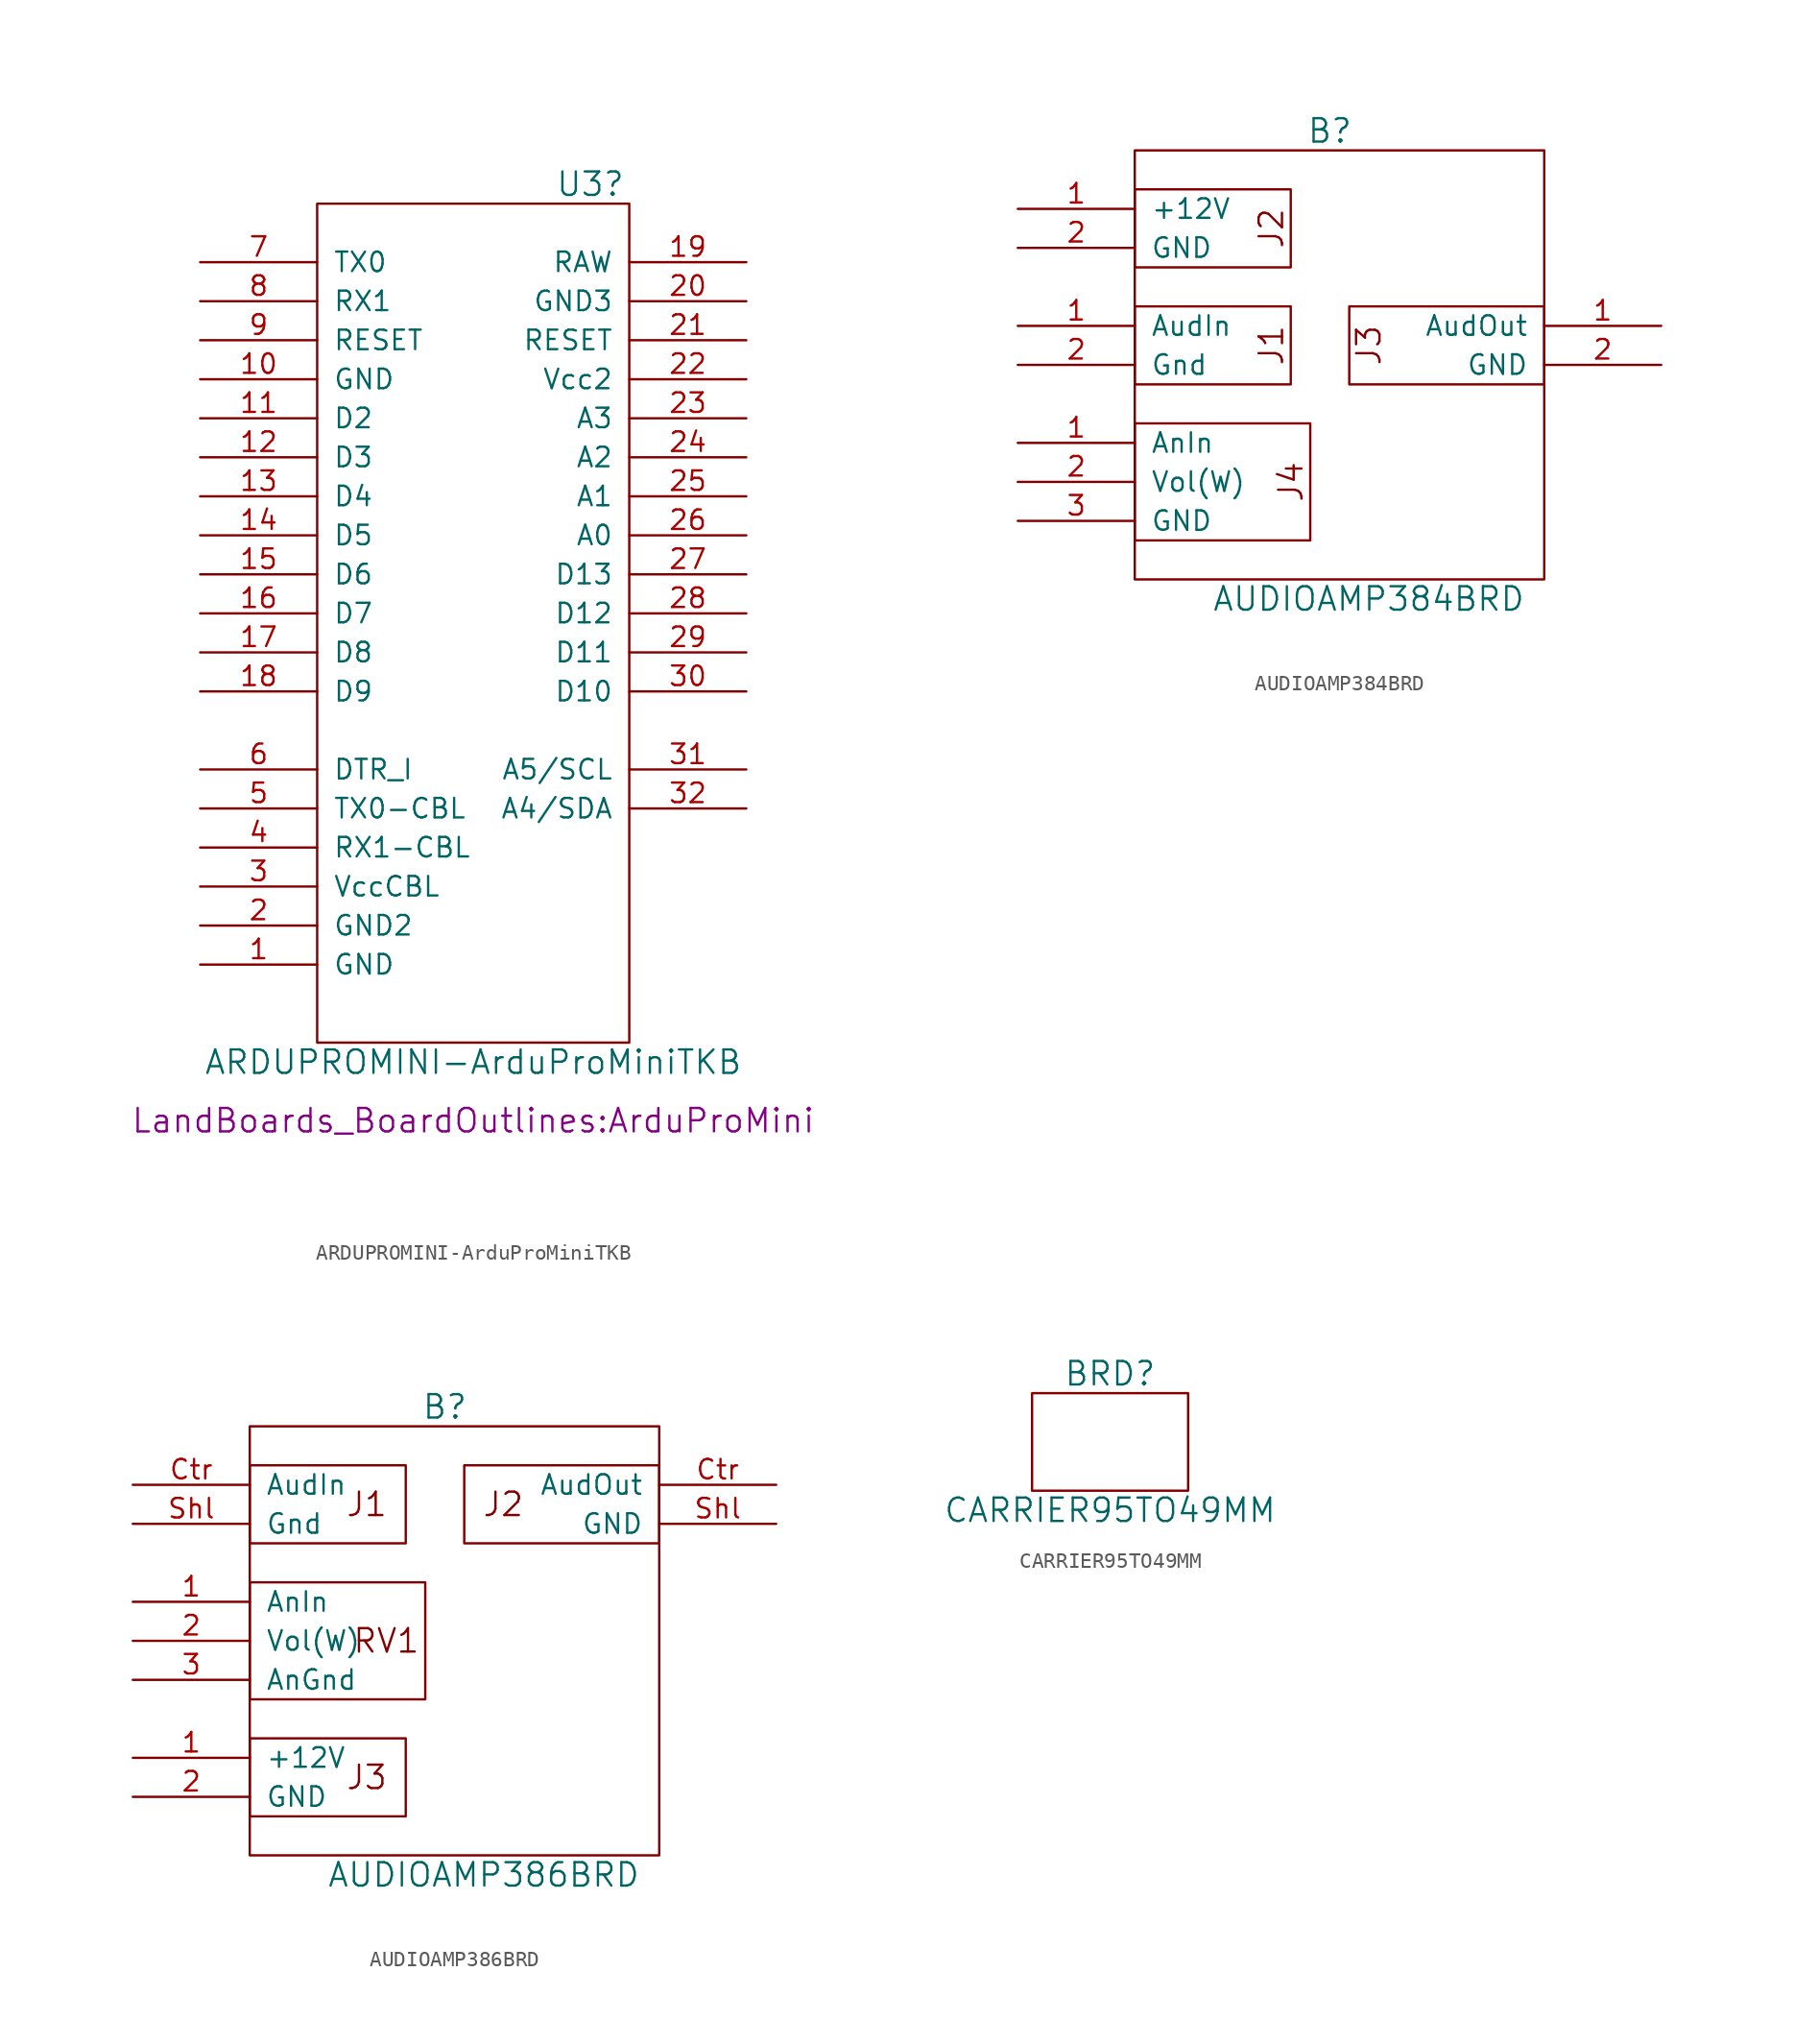
<source format=kicad_sym>
(kicad_symbol_lib
  (version 20220914)
  (generator kicad_symbol_editor)
  (symbol "ARDUPROMINI-ArduProMiniTKB"
    (pin_names
      (offset 1.016))
    (property "Reference" "U3"
      (at 7.62 20.32 0)
      (effects (font (size 1.524 1.524))))
    (property "Value" "ARDUPROMINI-ArduProMiniTKB"
      (at 0 -36.83 0)
      (effects (font (size 1.524 1.524))))
    (property "Footprint" "LandBoards_BoardOutlines:ArduProMini"
      (at 0 -40.64 0)
      (effects (font (size 1.524 1.524))))
    (property "Datasheet" ""
      (at 15.24 21.59 0)
      (effects (font (size 1.524 1.524))))
    (symbol "ARDUPROMINI-ArduProMiniTKB_0_1"
      (polyline (pts (xy -10.16 -35.56) (xy -10.16 19.05) (xy 10.16 19.05) (xy 10.16 -35.56) (xy 0 -35.56) (xy -10.16 -35.56)) (stroke (width 0) (type default)) (fill (type none))))
    (symbol "ARDUPROMINI-ArduProMiniTKB_1_1"
      (pin unspecified line (at -17.78 -30.48 0) (length 7.62) (name "GND" (effects (font (size 1.27 1.27)))) (number "1" (effects (font (size 1.27 1.27)))))
      (pin unspecified line (at -17.78 7.62 0) (length 7.62) (name "GND" (effects (font (size 1.27 1.27)))) (number "10" (effects (font (size 1.27 1.27)))))
      (pin bidirectional line (at -17.78 5.08 0) (length 7.62) (name "D2" (effects (font (size 1.27 1.27)))) (number "11" (effects (font (size 1.27 1.27)))))
      (pin bidirectional line (at -17.78 2.54 0) (length 7.62) (name "D3" (effects (font (size 1.27 1.27)))) (number "12" (effects (font (size 1.27 1.27)))))
      (pin bidirectional line (at -17.78 0 0) (length 7.62) (name "D4" (effects (font (size 1.27 1.27)))) (number "13" (effects (font (size 1.27 1.27)))))
      (pin bidirectional line (at -17.78 -2.54 0) (length 7.62) (name "D5" (effects (font (size 1.27 1.27)))) (number "14" (effects (font (size 1.27 1.27)))))
      (pin bidirectional line (at -17.78 -5.08 0) (length 7.62) (name "D6" (effects (font (size 1.27 1.27)))) (number "15" (effects (font (size 1.27 1.27)))))
      (pin bidirectional line (at -17.78 -7.62 0) (length 7.62) (name "D7" (effects (font (size 1.27 1.27)))) (number "16" (effects (font (size 1.27 1.27)))))
      (pin bidirectional line (at -17.78 -10.16 0) (length 7.62) (name "D8" (effects (font (size 1.27 1.27)))) (number "17" (effects (font (size 1.27 1.27)))))
      (pin bidirectional line (at -17.78 -12.7 0) (length 7.62) (name "D9" (effects (font (size 1.27 1.27)))) (number "18" (effects (font (size 1.27 1.27)))))
      (pin unspecified line (at 17.78 15.24 180) (length 7.62) (name "RAW" (effects (font (size 1.27 1.27)))) (number "19" (effects (font (size 1.27 1.27)))))
      (pin unspecified line (at -17.78 -27.94 0) (length 7.62) (name "GND2" (effects (font (size 1.27 1.27)))) (number "2" (effects (font (size 1.27 1.27)))))
      (pin unspecified line (at 17.78 12.7 180) (length 7.62) (name "GND3" (effects (font (size 1.27 1.27)))) (number "20" (effects (font (size 1.27 1.27)))))
      (pin input line (at 17.78 10.16 180) (length 7.62) (name "RESET" (effects (font (size 1.27 1.27)))) (number "21" (effects (font (size 1.27 1.27)))))
      (pin unspecified line (at 17.78 7.62 180) (length 7.62) (name "Vcc2" (effects (font (size 1.27 1.27)))) (number "22" (effects (font (size 1.27 1.27)))))
      (pin bidirectional line (at 17.78 5.08 180) (length 7.62) (name "A3" (effects (font (size 1.27 1.27)))) (number "23" (effects (font (size 1.27 1.27)))))
      (pin bidirectional line (at 17.78 2.54 180) (length 7.62) (name "A2" (effects (font (size 1.27 1.27)))) (number "24" (effects (font (size 1.27 1.27)))))
      (pin bidirectional line (at 17.78 0 180) (length 7.62) (name "A1" (effects (font (size 1.27 1.27)))) (number "25" (effects (font (size 1.27 1.27)))))
      (pin bidirectional line (at 17.78 -2.54 180) (length 7.62) (name "A0" (effects (font (size 1.27 1.27)))) (number "26" (effects (font (size 1.27 1.27)))))
      (pin bidirectional line (at 17.78 -5.08 180) (length 7.62) (name "D13" (effects (font (size 1.27 1.27)))) (number "27" (effects (font (size 1.27 1.27)))))
      (pin input line (at 17.78 -7.62 180) (length 7.62) (name "D12" (effects (font (size 1.27 1.27)))) (number "28" (effects (font (size 1.27 1.27)))))
      (pin bidirectional line (at 17.78 -10.16 180) (length 7.62) (name "D11" (effects (font (size 1.27 1.27)))) (number "29" (effects (font (size 1.27 1.27)))))
      (pin power_in line (at -17.78 -25.4 0) (length 7.62) (name "VccCBL" (effects (font (size 1.27 1.27)))) (number "3" (effects (font (size 1.27 1.27)))))
      (pin bidirectional line (at 17.78 -12.7 180) (length 7.62) (name "D10" (effects (font (size 1.27 1.27)))) (number "30" (effects (font (size 1.27 1.27)))))
      (pin bidirectional line (at 17.78 -17.78 180) (length 7.62) (name "A5/SCL" (effects (font (size 1.27 1.27)))) (number "31" (effects (font (size 1.27 1.27)))))
      (pin bidirectional line (at 17.78 -20.32 180) (length 7.62) (name "A4/SDA" (effects (font (size 1.27 1.27)))) (number "32" (effects (font (size 1.27 1.27)))))
      (pin unspecified line (at -17.78 -22.86 0) (length 7.62) (name "RX1-CBL" (effects (font (size 1.27 1.27)))) (number "4" (effects (font (size 1.27 1.27)))))
      (pin unspecified line (at -17.78 -20.32 0) (length 7.62) (name "TX0-CBL" (effects (font (size 1.27 1.27)))) (number "5" (effects (font (size 1.27 1.27)))))
      (pin unspecified line (at -17.78 -17.78 0) (length 7.62) (name "DTR_I" (effects (font (size 1.27 1.27)))) (number "6" (effects (font (size 1.27 1.27)))))
      (pin bidirectional line (at -17.78 15.24 0) (length 7.62) (name "TX0" (effects (font (size 1.27 1.27)))) (number "7" (effects (font (size 1.27 1.27)))))
      (pin bidirectional line (at -17.78 12.7 0) (length 7.62) (name "RX1" (effects (font (size 1.27 1.27)))) (number "8" (effects (font (size 1.27 1.27)))))
      (pin input line (at -17.78 10.16 0) (length 7.62) (name "RESET" (effects (font (size 1.27 1.27)))) (number "9" (effects (font (size 1.27 1.27)))))))
  (symbol "AUDIOAMP384BRD"
    (pin_names
      (offset 1.016))
    (property "Reference" "B"
      (at 0 13.97 0)
      (effects (font (size 1.524 1.524))))
    (property "Value" "AUDIOAMP384BRD"
      (at 2.54 -16.51 0)
      (effects (font (size 1.524 1.524))))
    (property "Footprint" ""
      (at 0 0 0)
      (effects (font (size 1.524 1.524))))
    (property "Datasheet" ""
      (at 0 0 0)
      (effects (font (size 1.524 1.524))))
    (symbol "AUDIOAMP384BRD_0_0"
      (rectangle (start -2.54 2.54) (end -12.7 -2.54) (stroke (width 0) (type default)) (fill (type none)))
      (rectangle (start -2.54 5.08) (end -12.7 10.16) (stroke (width 0) (type default)) (fill (type none)))
      (rectangle (start -1.27 -12.7) (end -12.7 -5.08) (stroke (width 0) (type default)) (fill (type none)))
      (rectangle (start 13.97 2.54) (end 1.27 -2.54) (stroke (width 0) (type default)) (fill (type none))))
    (symbol "AUDIOAMP384BRD_0_1"
      (rectangle (start -12.7 12.7) (end 13.97 -15.24) (stroke (width 0) (type default)) (fill (type none))))
    (symbol "AUDIOAMP384BRD_1_0"
      (text "J1" (at -3.81 0 900) (effects (font (size 1.524 1.524))))
      (text "J2" (at -3.81 7.62 900) (effects (font (size 1.524 1.524))))
      (text "J3" (at 2.54 0 900) (effects (font (size 1.524 1.524))))
      (text "J4" (at -2.54 -8.89 900) (effects (font (size 1.524 1.524)))))
    (symbol "AUDIOAMP384BRD_1_1"
      (pin input line (at -20.32 8.89 0) (length 7.62) (name "+12V" (effects (font (size 1.27 1.27)))) (number "1" (effects (font (size 1.27 1.27)))))
      (pin input line (at -20.32 -6.35 0) (length 7.62) (name "AnIn" (effects (font (size 1.27 1.27)))) (number "1" (effects (font (size 1.27 1.27)))))
      (pin input line (at -20.32 1.27 0) (length 7.62) (name "AudIn" (effects (font (size 1.27 1.27)))) (number "1" (effects (font (size 1.27 1.27)))))
      (pin output line (at 21.59 1.27 180) (length 7.62) (name "AudOut" (effects (font (size 1.27 1.27)))) (number "1" (effects (font (size 1.27 1.27)))))
      (pin input line (at -20.32 6.35 0) (length 7.62) (name "GND" (effects (font (size 1.27 1.27)))) (number "2" (effects (font (size 1.27 1.27)))))
      (pin output line (at 21.59 -1.27 180) (length 7.62) (name "GND" (effects (font (size 1.27 1.27)))) (number "2" (effects (font (size 1.27 1.27)))))
      (pin input line (at -20.32 -1.27 0) (length 7.62) (name "Gnd" (effects (font (size 1.27 1.27)))) (number "2" (effects (font (size 1.27 1.27)))))
      (pin input line (at -20.32 -8.89 0) (length 7.62) (name "Vol(W)" (effects (font (size 1.27 1.27)))) (number "2" (effects (font (size 1.27 1.27)))))
      (pin input line (at -20.32 -11.43 0) (length 7.62) (name "GND" (effects (font (size 1.27 1.27)))) (number "3" (effects (font (size 1.27 1.27)))))))
  (symbol "AUDIOAMP386BRD"
    (pin_names
      (offset 1.016))
    (property "Reference" "B"
      (at 0 13.97 0)
      (effects (font (size 1.524 1.524))))
    (property "Value" "AUDIOAMP386BRD"
      (at 2.54 -16.51 0)
      (effects (font (size 1.524 1.524))))
    (property "Footprint" ""
      (at 0 0 0)
      (effects (font (size 1.524 1.524))))
    (property "Datasheet" ""
      (at 0 0 0)
      (effects (font (size 1.524 1.524))))
    (symbol "AUDIOAMP386BRD_0_0"
      (rectangle (start -2.54 -12.7) (end -12.7 -7.62) (stroke (width 0) (type default)) (fill (type none)))
      (rectangle (start -2.54 10.16) (end -12.7 5.08) (stroke (width 0) (type default)) (fill (type none)))
      (rectangle (start -1.27 -5.08) (end -12.7 2.54) (stroke (width 0) (type default)) (fill (type none)))
      (rectangle (start 13.97 10.16) (end 1.27 5.08) (stroke (width 0) (type default)) (fill (type none)))
      (text "J1" (at -5.08 7.62 0) (effects (font (size 1.524 1.524))))
      (text "J2" (at 3.81 7.62 0) (effects (font (size 1.524 1.524))))
      (text "J3" (at -5.08 -10.16 0) (effects (font (size 1.524 1.524))))
      (text "RV1" (at -3.81 -1.27 0) (effects (font (size 1.524 1.524)))))
    (symbol "AUDIOAMP386BRD_0_1"
      (rectangle (start -12.7 12.7) (end 13.97 -15.24) (stroke (width 0) (type default)) (fill (type none))))
    (symbol "AUDIOAMP386BRD_1_1"
      (pin input line (at -20.32 -8.89 0) (length 7.62) (name "+12V" (effects (font (size 1.27 1.27)))) (number "1" (effects (font (size 1.27 1.27)))))
      (pin input line (at -20.32 1.27 0) (length 7.62) (name "AnIn" (effects (font (size 1.27 1.27)))) (number "1" (effects (font (size 1.27 1.27)))))
      (pin input line (at -20.32 -11.43 0) (length 7.62) (name "GND" (effects (font (size 1.27 1.27)))) (number "2" (effects (font (size 1.27 1.27)))))
      (pin input line (at -20.32 -1.27 0) (length 7.62) (name "Vol(W)" (effects (font (size 1.27 1.27)))) (number "2" (effects (font (size 1.27 1.27)))))
      (pin input line (at -20.32 -3.81 0) (length 7.62) (name "AnGnd" (effects (font (size 1.27 1.27)))) (number "3" (effects (font (size 1.27 1.27)))))
      (pin input line (at -20.32 8.89 0) (length 7.62) (name "AudIn" (effects (font (size 1.27 1.27)))) (number "Ctr" (effects (font (size 1.27 1.27)))))
      (pin output line (at 21.59 8.89 180) (length 7.62) (name "AudOut" (effects (font (size 1.27 1.27)))) (number "Ctr" (effects (font (size 1.27 1.27)))))
      (pin output line (at 21.59 6.35 180) (length 7.62) (name "GND" (effects (font (size 1.27 1.27)))) (number "Shl" (effects (font (size 1.27 1.27)))))
      (pin input line (at -20.32 6.35 0) (length 7.62) (name "Gnd" (effects (font (size 1.27 1.27)))) (number "Shl" (effects (font (size 1.27 1.27)))))))
  (symbol "CARRIER95TO49MM"
    (pin_names
      (offset 1.016))
    (property "Reference" "BRD"
      (at 0 7.62 0)
      (effects (font (size 1.524 1.524))))
    (property "Value" "CARRIER95TO49MM"
      (at 0 -1.27 0)
      (effects (font (size 1.524 1.524))))
    (property "Footprint" ""
      (at 0 0 0)
      (effects (font (size 1.524 1.524))))
    (property "Datasheet" ""
      (at 0 0 0)
      (effects (font (size 1.524 1.524))))
    (symbol "CARRIER95TO49MM_0_1"
      (rectangle (start -5.08 0) (end 5.08 6.35) (stroke (width 0) (type default)) (fill (type none))))))
</source>
